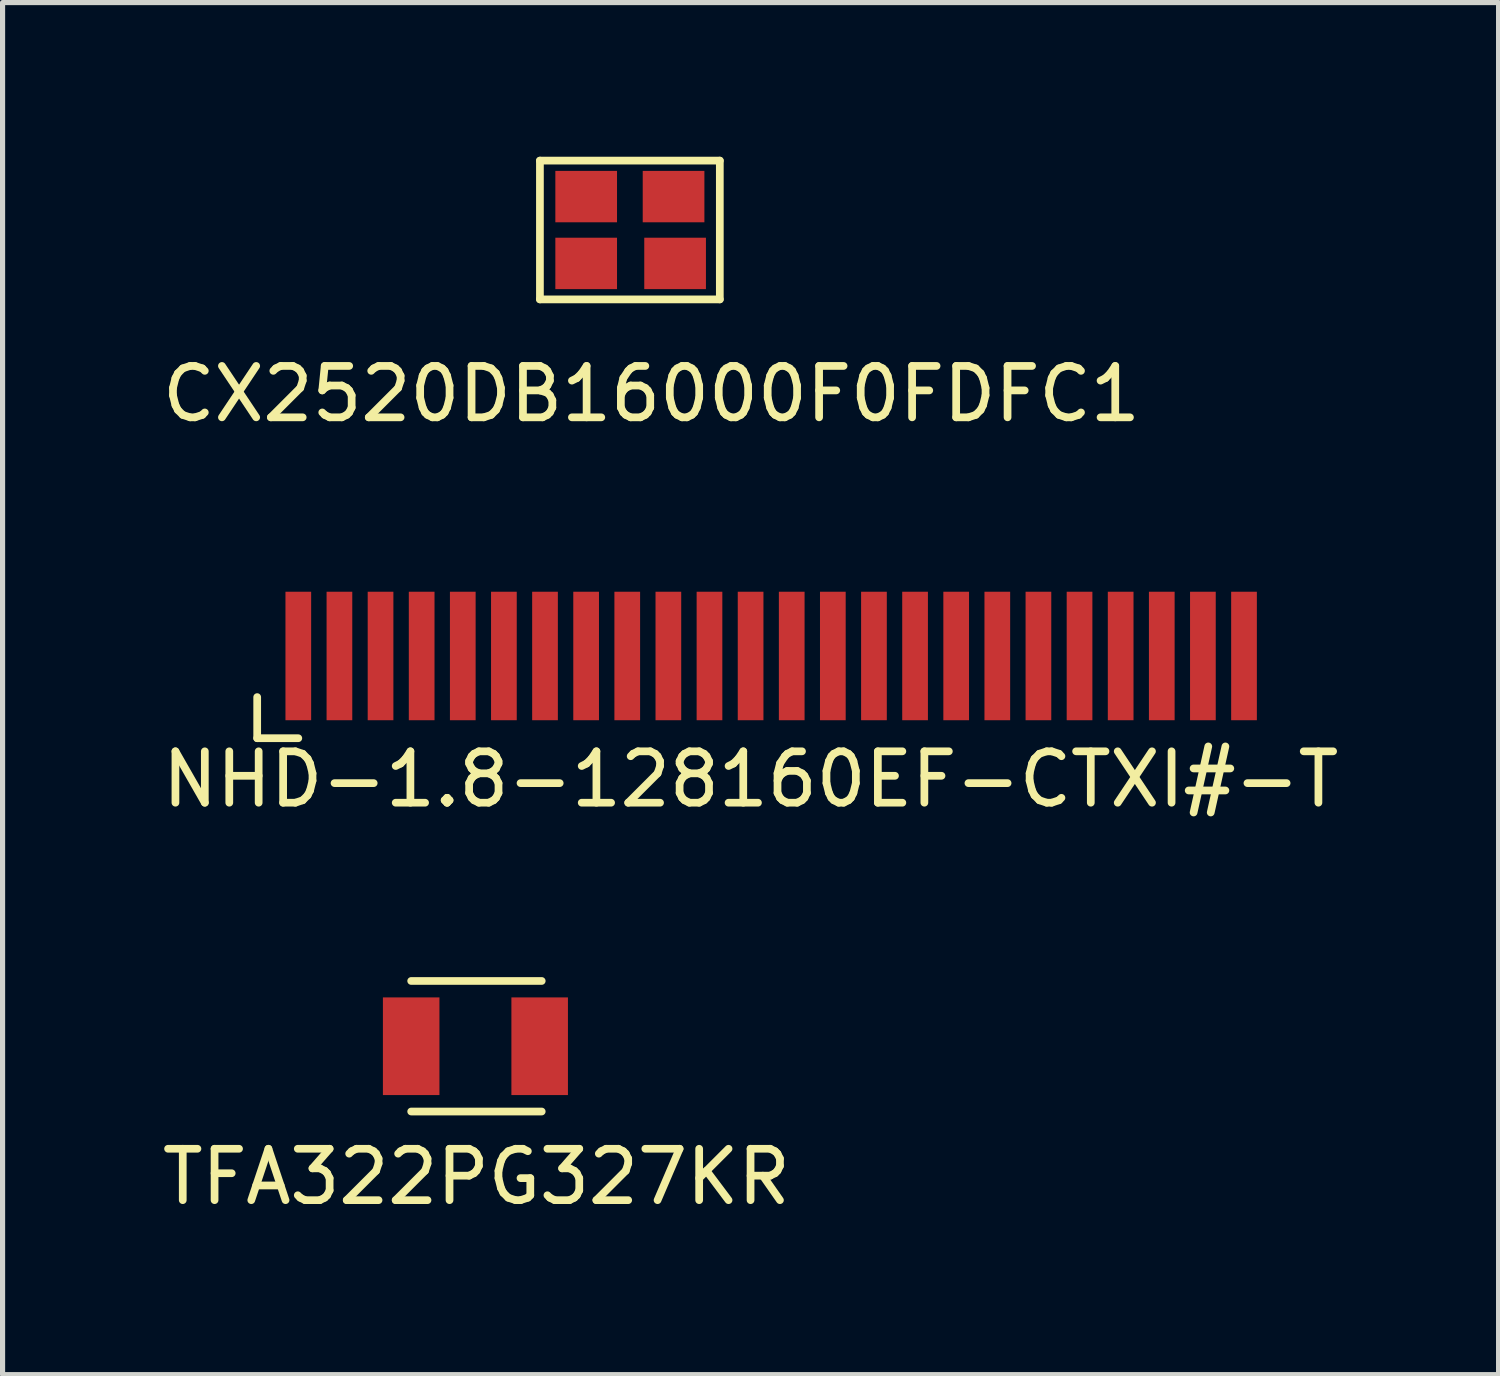
<source format=kicad_pcb>
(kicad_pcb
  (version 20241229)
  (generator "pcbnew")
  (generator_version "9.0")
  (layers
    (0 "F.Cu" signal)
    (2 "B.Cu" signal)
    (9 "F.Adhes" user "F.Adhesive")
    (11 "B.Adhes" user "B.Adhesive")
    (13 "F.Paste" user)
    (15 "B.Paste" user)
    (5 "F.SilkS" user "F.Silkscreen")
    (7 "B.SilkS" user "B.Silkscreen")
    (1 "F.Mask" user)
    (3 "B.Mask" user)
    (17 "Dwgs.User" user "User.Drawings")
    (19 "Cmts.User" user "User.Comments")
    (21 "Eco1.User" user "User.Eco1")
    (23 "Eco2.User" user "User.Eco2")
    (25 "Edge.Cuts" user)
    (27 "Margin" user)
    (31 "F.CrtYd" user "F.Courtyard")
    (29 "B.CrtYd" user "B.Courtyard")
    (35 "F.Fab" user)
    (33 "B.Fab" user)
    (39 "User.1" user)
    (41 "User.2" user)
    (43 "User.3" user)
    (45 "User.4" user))
  (footprint "TFA322PG327KR"
    (layer "F.Cu")
    (at 6.22 17.306)
    (property "Reference" "TFA322PG327KR" (at 0 2.54 0) (layer "F.SilkS") (effects (font (size 1 1) (thickness 0.15))))
    (attr through_hole)
    (fp_line (start -1.27 1.27) (end 1.27 1.27) (stroke (width 0.15) (type solid)) (layer "F.SilkS"))
    (fp_line (start 1.27 -1.27) (end -1.27 -1.27) (stroke (width 0.15) (type solid)) (layer "F.SilkS"))
    (pad "1" smd rect (at -1.27 0) (size 1.1 1.9) (layers "F.Cu" "F.Mask" "F.Paste"))
    (pad "2" smd rect (at 1.23 0) (size 1.1 1.9) (layers "F.Cu" "F.Mask" "F.Paste")))
  (footprint "CX2520DB16000F0FDFC1"
    (layer "F.Cu")
    (at 9.235 1.405)
    (property "Reference" "CX2520DB16000F0FDFC1" (at 0.39 3.21 0) (layer "F.SilkS") (effects (font (size 1 1) (thickness 0.15))))
    (attr through_hole)
    (fp_line (start -1.78 -1.33) (end -1.78 1.37) (stroke (width 0.15) (type solid)) (layer "F.SilkS"))
    (fp_line (start -1.78 1.37) (end 1.72 1.37) (stroke (width 0.15) (type solid)) (layer "F.SilkS"))
    (fp_line (start 1.72 -1.33) (end -1.78 -1.33) (stroke (width 0.15) (type solid)) (layer "F.SilkS"))
    (fp_line (start 1.72 1.37) (end 1.72 -1.33) (stroke (width 0.15) (type solid)) (layer "F.SilkS"))
    (pad "1" smd rect (at -0.88 0.67) (size 1.2 1) (layers "F.Cu" "F.Mask" "F.Paste"))
    (pad "2" smd rect (at 0.85 0.67) (size 1.2 1) (layers "F.Cu" "F.Mask" "F.Paste"))
    (pad "3" smd rect (at 0.82 -0.63) (size 1.2 1) (layers "F.Cu" "F.Mask" "F.Paste"))
    (pad "4" smd rect (at -0.88 -0.63) (size 1.2 1) (layers "F.Cu" "F.Mask" "F.Paste")))
  (footprint "NHD-1.8-128160EF-CTXI#-T"
    (layer "F.Cu")
    (at 11.554 9.713)
    (property "Reference" "NHD-1.8-128160EF-CTXI#-T" (at 0 2.4 0) (layer "F.SilkS") (effects (font (size 1 1) (thickness 0.15))))
    (attr through_hole)
    (fp_line (start -9.6 0.8) (end -9.6 1.6) (stroke (width 0.15) (type solid)) (layer "F.SilkS"))
    (fp_line (start -9.6 1.6) (end -8.8 1.6) (stroke (width 0.15) (type solid)) (layer "F.SilkS"))
    (pad "1" smd rect (at -8.8 0) (size 0.5 2.5) (layers "F.Cu" "F.Mask" "F.Paste"))
    (pad "2" smd rect (at -8 0) (size 0.5 2.5) (layers "F.Cu" "F.Mask" "F.Paste"))
    (pad "3" smd rect (at -7.2 0) (size 0.5 2.5) (layers "F.Cu" "F.Mask" "F.Paste"))
    (pad "4" smd rect (at -6.4 0) (size 0.5 2.5) (layers "F.Cu" "F.Mask" "F.Paste"))
    (pad "5" smd rect (at -5.6 0) (size 0.5 2.5) (layers "F.Cu" "F.Mask" "F.Paste"))
    (pad "6" smd rect (at -4.8 0) (size 0.5 2.5) (layers "F.Cu" "F.Mask" "F.Paste"))
    (pad "7" smd rect (at -4 0) (size 0.5 2.5) (layers "F.Cu" "F.Mask" "F.Paste"))
    (pad "8" smd rect (at -3.2 0) (size 0.5 2.5) (layers "F.Cu" "F.Mask" "F.Paste"))
    (pad "9" smd rect (at -2.4 0) (size 0.5 2.5) (layers "F.Cu" "F.Mask" "F.Paste"))
    (pad "10" smd rect (at -1.6 0) (size 0.5 2.5) (layers "F.Cu" "F.Mask" "F.Paste"))
    (pad "11" smd rect (at -0.8 0) (size 0.5 2.5) (layers "F.Cu" "F.Mask" "F.Paste"))
    (pad "12" smd rect (at 0 0) (size 0.5 2.5) (layers "F.Cu" "F.Mask" "F.Paste"))
    (pad "13" smd rect (at 0.8 0) (size 0.5 2.5) (layers "F.Cu" "F.Mask" "F.Paste"))
    (pad "14" smd rect (at 1.6 0) (size 0.5 2.5) (layers "F.Cu" "F.Mask" "F.Paste"))
    (pad "15" smd rect (at 2.4 0) (size 0.5 2.5) (layers "F.Cu" "F.Mask" "F.Paste"))
    (pad "16" smd rect (at 3.2 0) (size 0.5 2.5) (layers "F.Cu" "F.Mask" "F.Paste"))
    (pad "17" smd rect (at 4 0) (size 0.5 2.5) (layers "F.Cu" "F.Mask" "F.Paste"))
    (pad "18" smd rect (at 4.8 0) (size 0.5 2.5) (layers "F.Cu" "F.Mask" "F.Paste"))
    (pad "19" smd rect (at 5.6 0) (size 0.5 2.5) (layers "F.Cu" "F.Mask" "F.Paste"))
    (pad "20" smd rect (at 6.4 0) (size 0.5 2.5) (layers "F.Cu" "F.Mask" "F.Paste"))
    (pad "21" smd rect (at 7.2 0) (size 0.5 2.5) (layers "F.Cu" "F.Mask" "F.Paste"))
    (pad "22" smd rect (at 8 0) (size 0.5 2.5) (layers "F.Cu" "F.Mask" "F.Paste"))
    (pad "23" smd rect (at 8.8 0) (size 0.5 2.5) (layers "F.Cu" "F.Mask" "F.Paste"))
    (pad "24" smd rect (at 9.6 0) (size 0.5 2.5) (layers "F.Cu" "F.Mask" "F.Paste")))
  (gr_rect
    (start -3 -3)
    (end 26.107 23.695)
    (stroke (width 0.1) (type default))
    (fill no)
    (layer "Edge.Cuts")))
</source>
